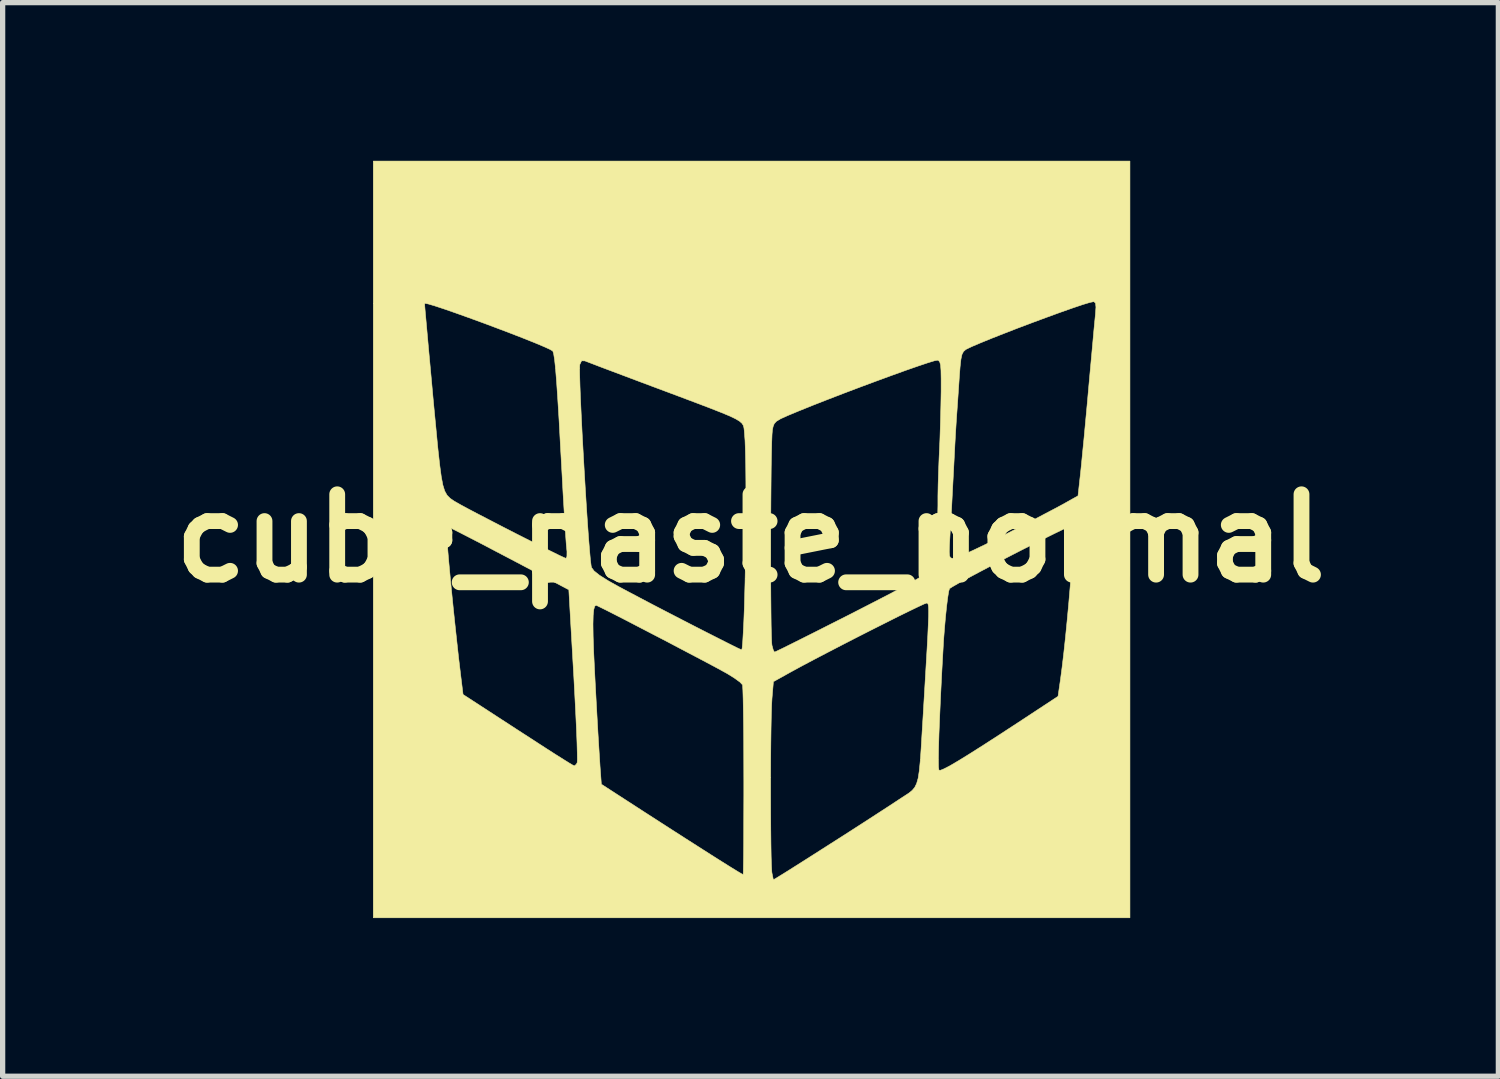
<source format=kicad_pcb>
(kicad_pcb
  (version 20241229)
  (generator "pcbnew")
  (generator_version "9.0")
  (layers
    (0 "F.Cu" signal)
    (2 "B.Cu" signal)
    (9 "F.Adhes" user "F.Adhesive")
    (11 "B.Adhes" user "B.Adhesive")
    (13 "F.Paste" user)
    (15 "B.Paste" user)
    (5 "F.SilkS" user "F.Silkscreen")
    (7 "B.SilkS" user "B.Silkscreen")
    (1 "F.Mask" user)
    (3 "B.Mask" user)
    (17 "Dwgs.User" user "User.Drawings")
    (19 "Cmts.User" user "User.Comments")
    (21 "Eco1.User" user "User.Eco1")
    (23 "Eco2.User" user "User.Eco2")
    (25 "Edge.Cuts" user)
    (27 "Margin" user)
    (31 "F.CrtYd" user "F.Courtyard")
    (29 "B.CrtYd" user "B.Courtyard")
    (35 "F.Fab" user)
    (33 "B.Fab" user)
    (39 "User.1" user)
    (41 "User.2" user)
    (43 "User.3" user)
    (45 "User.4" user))
  (footprint "cube_paste_normal"
    (layer "F.Cu")
    (at 11.183 7.159)
    (property "Reference" "cube_paste_normal" (at 0 0 0) (layer "F.SilkS") (effects (font (size 1.524 1.524) (thickness 0.3))))
    (attr through_hole)
    (fp_poly (pts (xy 7.197 7.197) (xy -7.154 7.197) (xy -7.154 -0.03) (xy -5.757 -0.03) (xy -5.753 0.065) (xy -5.74 0.231) (xy -5.721 0.454) (xy -5.696 0.722) (xy -5.667 1.022) (xy -5.635 1.34) (xy -5.601 1.662) (xy -5.567 1.977) (xy -5.535 2.27) (xy -5.504 2.528) (xy -5.499 2.571) (xy -5.451 2.962) (xy -4.768 3.406) (xy -4.405 3.642) (xy -4.108 3.834) (xy -3.869 3.989) (xy -3.683 4.108) (xy -3.543 4.196) (xy -3.445 4.257) (xy -3.382 4.295) (xy -3.347 4.313) (xy -3.338 4.316) (xy -3.302 4.284) (xy -3.286 4.253) (xy -3.283 4.198) (xy -3.285 4.067) (xy -3.29 3.871) (xy -3.3 3.62) (xy -3.314 3.323) (xy -3.331 2.99) (xy -3.35 2.631) (xy -3.353 2.582) (xy -3.408 1.627) (xy -2.987 1.627) (xy -2.984 1.854) (xy -2.974 2.15) (xy -2.956 2.521) (xy -2.945 2.737) (xy -2.927 3.071) (xy -2.909 3.396) (xy -2.892 3.697) (xy -2.876 3.959) (xy -2.863 4.167) (xy -2.854 4.307) (xy -2.854 4.311) (xy -2.828 4.664) (xy -2.525 4.86) (xy -2.046 5.17) (xy -1.613 5.449) (xy -1.23 5.695) (xy -0.898 5.907) (xy -0.623 6.082) (xy -0.406 6.218) (xy -0.251 6.314) (xy -0.162 6.366) (xy -0.139 6.376) (xy -0.136 6.333) (xy -0.134 6.213) (xy -0.131 6.027) (xy -0.129 5.782) (xy -0.128 5.488) (xy -0.127 5.155) (xy -0.126 4.875) (xy 0.382 4.875) (xy 0.383 5.204) (xy 0.385 5.514) (xy 0.388 5.793) (xy 0.392 6.028) (xy 0.398 6.208) (xy 0.404 6.32) (xy 0.407 6.345) (xy 0.434 6.477) (xy 0.587 6.384) (xy 0.666 6.335) (xy 0.804 6.248) (xy 0.989 6.131) (xy 1.209 5.991) (xy 1.452 5.836) (xy 1.609 5.736) (xy 1.875 5.566) (xy 2.139 5.396) (xy 2.386 5.236) (xy 2.6 5.097) (xy 2.766 4.988) (xy 2.822 4.951) (xy 2.922 4.886) (xy 3.002 4.834) (xy 3.065 4.783) (xy 3.114 4.726) (xy 3.151 4.651) (xy 3.18 4.55) (xy 3.201 4.414) (xy 3.219 4.232) (xy 3.222 4.201) (xy 3.564 4.201) (xy 3.566 4.338) (xy 3.574 4.397) (xy 3.603 4.4) (xy 3.671 4.372) (xy 3.785 4.313) (xy 3.946 4.218) (xy 4.16 4.086) (xy 4.431 3.914) (xy 4.762 3.7) (xy 5.158 3.441) (xy 5.234 3.391) (xy 5.833 2.997) (xy 5.88 2.673) (xy 5.91 2.445) (xy 5.942 2.176) (xy 5.974 1.88) (xy 6.005 1.566) (xy 6.035 1.245) (xy 6.062 0.929) (xy 6.086 0.629) (xy 6.105 0.355) (xy 6.12 0.119) (xy 6.128 -0.068) (xy 6.13 -0.196) (xy 6.123 -0.252) (xy 6.121 -0.254) (xy 6.069 -0.235) (xy 5.954 -0.182) (xy 5.787 -0.101) (xy 5.579 0.002) (xy 5.343 0.121) (xy 5.088 0.25) (xy 4.828 0.384) (xy 4.573 0.517) (xy 4.334 0.643) (xy 4.124 0.755) (xy 3.953 0.848) (xy 3.833 0.917) (xy 3.775 0.954) (xy 3.775 0.954) (xy 3.76 1.004) (xy 3.741 1.121) (xy 3.72 1.289) (xy 3.699 1.49) (xy 3.68 1.707) (xy 3.663 1.924) (xy 3.658 2.011) (xy 3.63 2.511) (xy 3.607 2.965) (xy 3.589 3.366) (xy 3.575 3.709) (xy 3.567 3.989) (xy 3.564 4.201) (xy 3.222 4.201) (xy 3.236 3.995) (xy 3.254 3.693) (xy 3.277 3.318) (xy 3.279 3.281) (xy 3.307 2.811) (xy 3.33 2.419) (xy 3.349 2.098) (xy 3.363 1.84) (xy 3.372 1.639) (xy 3.378 1.487) (xy 3.379 1.378) (xy 3.377 1.305) (xy 3.371 1.26) (xy 3.362 1.237) (xy 3.35 1.228) (xy 3.342 1.228) (xy 3.292 1.246) (xy 3.178 1.299) (xy 3.01 1.38) (xy 2.798 1.484) (xy 2.554 1.607) (xy 2.287 1.741) (xy 2.008 1.883) (xy 1.728 2.027) (xy 1.458 2.167) (xy 1.207 2.298) (xy 0.986 2.415) (xy 0.806 2.513) (xy 0.778 2.528) (xy 0.435 2.719) (xy 0.408 3.038) (xy 0.401 3.166) (xy 0.395 3.359) (xy 0.39 3.605) (xy 0.386 3.892) (xy 0.383 4.207) (xy 0.382 4.539) (xy 0.382 4.875) (xy -0.126 4.875) (xy -0.126 4.789) (xy -0.126 4.604) (xy -0.127 4.225) (xy -0.128 3.87) (xy -0.131 3.549) (xy -0.135 3.272) (xy -0.139 3.048) (xy -0.144 2.885) (xy -0.149 2.794) (xy -0.152 2.778) (xy -0.2 2.727) (xy -0.303 2.652) (xy -0.441 2.566) (xy -0.481 2.544) (xy -0.632 2.461) (xy -0.829 2.356) (xy -1.06 2.234) (xy -1.315 2.1) (xy -1.582 1.959) (xy -1.852 1.819) (xy -2.114 1.683) (xy -2.356 1.557) (xy -2.569 1.448) (xy -2.742 1.36) (xy -2.864 1.3) (xy -2.924 1.271) (xy -2.928 1.27) (xy -2.954 1.289) (xy -2.972 1.351) (xy -2.983 1.461) (xy -2.987 1.627) (xy -3.408 1.627) (xy -3.445 0.976) (xy -4.527 0.405) (xy -4.808 0.258) (xy -5.066 0.122) (xy -5.292 0.005) (xy -5.477 -0.09) (xy -5.609 -0.157) (xy -5.678 -0.191) (xy -5.683 -0.193) (xy -5.729 -0.199) (xy -5.751 -0.158) (xy -5.757 -0.055) (xy -5.757 -0.03) (xy -7.154 -0.03) (xy -7.154 -4.454) (xy -6.18 -4.454) (xy -6.177 -4.398) (xy -6.166 -4.27) (xy -6.149 -4.083) (xy -6.128 -3.848) (xy -6.104 -3.578) (xy -6.077 -3.286) (xy -6.049 -2.983) (xy -6.022 -2.683) (xy -5.995 -2.397) (xy -5.97 -2.138) (xy -5.949 -1.918) (xy -5.933 -1.749) (xy -5.925 -1.672) (xy -5.893 -1.384) (xy -5.864 -1.168) (xy -5.834 -1.01) (xy -5.799 -0.897) (xy -5.755 -0.818) (xy -5.696 -0.758) (xy -5.619 -0.705) (xy -5.596 -0.692) (xy -5.498 -0.636) (xy -5.346 -0.554) (xy -5.152 -0.452) (xy -4.928 -0.336) (xy -4.687 -0.211) (xy -4.439 -0.084) (xy -4.198 0.038) (xy -3.974 0.151) (xy -3.781 0.247) (xy -3.629 0.322) (xy -3.53 0.368) (xy -3.498 0.38) (xy -3.481 0.343) (xy -3.48 0.25) (xy -3.485 0.201) (xy -3.493 0.12) (xy -3.504 -0.035) (xy -3.518 -0.255) (xy -3.535 -0.529) (xy -3.554 -0.848) (xy -3.573 -1.201) (xy -3.594 -1.578) (xy -3.603 -1.736) (xy -3.629 -2.222) (xy -3.654 -2.626) (xy -3.676 -2.953) (xy -3.696 -3.206) (xy -3.698 -3.227) (xy -3.241 -3.227) (xy -3.239 -3.085) (xy -3.233 -2.88) (xy -3.223 -2.624) (xy -3.209 -2.327) (xy -3.193 -2) (xy -3.174 -1.654) (xy -3.154 -1.299) (xy -3.133 -0.946) (xy -3.112 -0.606) (xy -3.091 -0.29) (xy -3.071 -0.009) (xy -3.052 0.227) (xy -3.036 0.407) (xy -3.022 0.52) (xy -3.015 0.553) (xy -2.966 0.619) (xy -2.86 0.703) (xy -2.69 0.81) (xy -2.491 0.921) (xy -2.313 1.016) (xy -2.097 1.13) (xy -1.852 1.259) (xy -1.59 1.395) (xy -1.321 1.534) (xy -1.057 1.67) (xy -0.808 1.797) (xy -0.585 1.91) (xy -0.399 2.004) (xy -0.261 2.073) (xy -0.181 2.11) (xy -0.165 2.116) (xy -0.157 2.076) (xy -0.147 1.963) (xy -0.137 1.79) (xy -0.126 1.569) (xy -0.116 1.312) (xy -0.113 1.196) (xy -0.103 0.831) (xy -0.096 0.445) (xy -0.095 0.408) (xy 0.384 0.408) (xy 0.384 0.762) (xy 0.386 1.094) (xy 0.389 1.392) (xy 0.392 1.645) (xy 0.397 1.844) (xy 0.402 1.976) (xy 0.407 2.027) (xy 0.432 2.118) (xy 0.455 2.159) (xy 0.456 2.159) (xy 0.497 2.14) (xy 0.606 2.088) (xy 0.773 2.005) (xy 0.991 1.896) (xy 1.25 1.766) (xy 1.544 1.617) (xy 1.863 1.456) (xy 1.916 1.429) (xy 2.333 1.215) (xy 2.677 1.037) (xy 2.949 0.89) (xy 3.154 0.776) (xy 3.293 0.69) (xy 3.37 0.633) (xy 3.388 0.611) (xy 3.405 0.532) (xy 3.424 0.392) (xy 3.438 0.257) (xy 3.77 0.257) (xy 3.776 0.333) (xy 3.793 0.369) (xy 3.825 0.38) (xy 3.855 0.381) (xy 3.918 0.362) (xy 4.045 0.309) (xy 4.223 0.228) (xy 4.441 0.124) (xy 4.687 0.002) (xy 4.843 -0.078) (xy 5.111 -0.216) (xy 5.368 -0.35) (xy 5.6 -0.472) (xy 5.792 -0.573) (xy 5.931 -0.648) (xy 5.974 -0.672) (xy 6.212 -0.806) (xy 6.26 -1.239) (xy 6.277 -1.401) (xy 6.299 -1.63) (xy 6.327 -1.91) (xy 6.356 -2.224) (xy 6.387 -2.555) (xy 6.412 -2.836) (xy 6.441 -3.156) (xy 6.469 -3.46) (xy 6.494 -3.735) (xy 6.515 -3.967) (xy 6.532 -4.142) (xy 6.542 -4.244) (xy 6.552 -4.384) (xy 6.544 -4.459) (xy 6.516 -4.486) (xy 6.503 -4.487) (xy 6.433 -4.472) (xy 6.297 -4.431) (xy 6.108 -4.367) (xy 5.878 -4.286) (xy 5.62 -4.192) (xy 5.347 -4.091) (xy 5.071 -3.987) (xy 4.806 -3.884) (xy 4.562 -3.788) (xy 4.355 -3.703) (xy 4.195 -3.635) (xy 4.095 -3.587) (xy 4.081 -3.578) (xy 4.04 -3.542) (xy 4.011 -3.486) (xy 3.991 -3.393) (xy 3.975 -3.247) (xy 3.961 -3.062) (xy 3.946 -2.84) (xy 3.931 -2.619) (xy 3.918 -2.431) (xy 3.912 -2.349) (xy 3.901 -2.184) (xy 3.888 -1.973) (xy 3.876 -1.758) (xy 3.874 -1.714) (xy 3.854 -1.327) (xy 3.837 -1.009) (xy 3.823 -0.742) (xy 3.811 -0.511) (xy 3.799 -0.299) (xy 3.786 -0.09) (xy 3.785 -0.074) (xy 3.774 0.126) (xy 3.77 0.257) (xy 3.438 0.257) (xy 3.442 0.214) (xy 3.452 0.092) (xy 3.468 -0.087) (xy 3.488 -0.23) (xy 3.509 -0.318) (xy 3.522 -0.339) (xy 3.54 -0.377) (xy 3.552 -0.48) (xy 3.555 -0.625) (xy 3.555 -0.646) (xy 3.555 -0.803) (xy 3.559 -1.018) (xy 3.567 -1.267) (xy 3.577 -1.524) (xy 3.58 -1.587) (xy 3.593 -1.877) (xy 3.603 -2.199) (xy 3.611 -2.515) (xy 3.616 -2.786) (xy 3.616 -2.793) (xy 3.616 -3.025) (xy 3.613 -3.185) (xy 3.605 -3.288) (xy 3.589 -3.345) (xy 3.566 -3.372) (xy 3.547 -3.378) (xy 3.49 -3.367) (xy 3.365 -3.329) (xy 3.183 -3.268) (xy 2.953 -3.188) (xy 2.687 -3.092) (xy 2.395 -2.985) (xy 2.088 -2.871) (xy 1.776 -2.753) (xy 1.47 -2.635) (xy 1.181 -2.522) (xy 0.919 -2.416) (xy 0.89 -2.404) (xy 0.698 -2.324) (xy 0.57 -2.266) (xy 0.492 -2.219) (xy 0.45 -2.172) (xy 0.428 -2.115) (xy 0.416 -2.053) (xy 0.409 -1.973) (xy 0.403 -1.819) (xy 0.398 -1.603) (xy 0.393 -1.335) (xy 0.39 -1.026) (xy 0.387 -0.687) (xy 0.385 -0.327) (xy 0.384 0.041) (xy 0.384 0.408) (xy -0.095 0.408) (xy -0.09 0.05) (xy -0.087 -0.342) (xy -0.086 -0.72) (xy -0.087 -1.071) (xy -0.09 -1.385) (xy -0.096 -1.649) (xy -0.103 -1.852) (xy -0.113 -1.982) (xy -0.113 -1.984) (xy -0.118 -2.046) (xy -0.124 -2.096) (xy -0.136 -2.14) (xy -0.162 -2.181) (xy -0.209 -2.222) (xy -0.285 -2.267) (xy -0.396 -2.32) (xy -0.55 -2.384) (xy -0.753 -2.464) (xy -1.013 -2.563) (xy -1.337 -2.685) (xy -1.732 -2.833) (xy -1.778 -2.85) (xy -2.093 -2.968) (xy -2.385 -3.078) (xy -2.643 -3.175) (xy -2.858 -3.256) (xy -3.019 -3.318) (xy -3.117 -3.355) (xy -3.141 -3.365) (xy -3.203 -3.366) (xy -3.237 -3.295) (xy -3.241 -3.227) (xy -3.698 -3.227) (xy -3.715 -3.387) (xy -3.733 -3.501) (xy -3.749 -3.55) (xy -3.749 -3.551) (xy -3.803 -3.583) (xy -3.922 -3.637) (xy -4.093 -3.709) (xy -4.306 -3.794) (xy -4.548 -3.888) (xy -4.809 -3.987) (xy -5.076 -4.087) (xy -5.339 -4.183) (xy -5.585 -4.271) (xy -5.803 -4.347) (xy -5.982 -4.406) (xy -6.11 -4.444) (xy -6.175 -4.457) (xy -6.18 -4.454) (xy -7.154 -4.454) (xy -7.154 -7.154) (xy 7.197 -7.154) (xy 7.197 7.197)) (stroke (width 0.01) (type solid)) (fill yes) (layer "F.SilkS")))
  (gr_rect
    (start -3 -3)
    (end 25.367 17.361)
    (stroke (width 0.1) (type default))
    (fill no)
    (layer "Edge.Cuts")))
</source>
